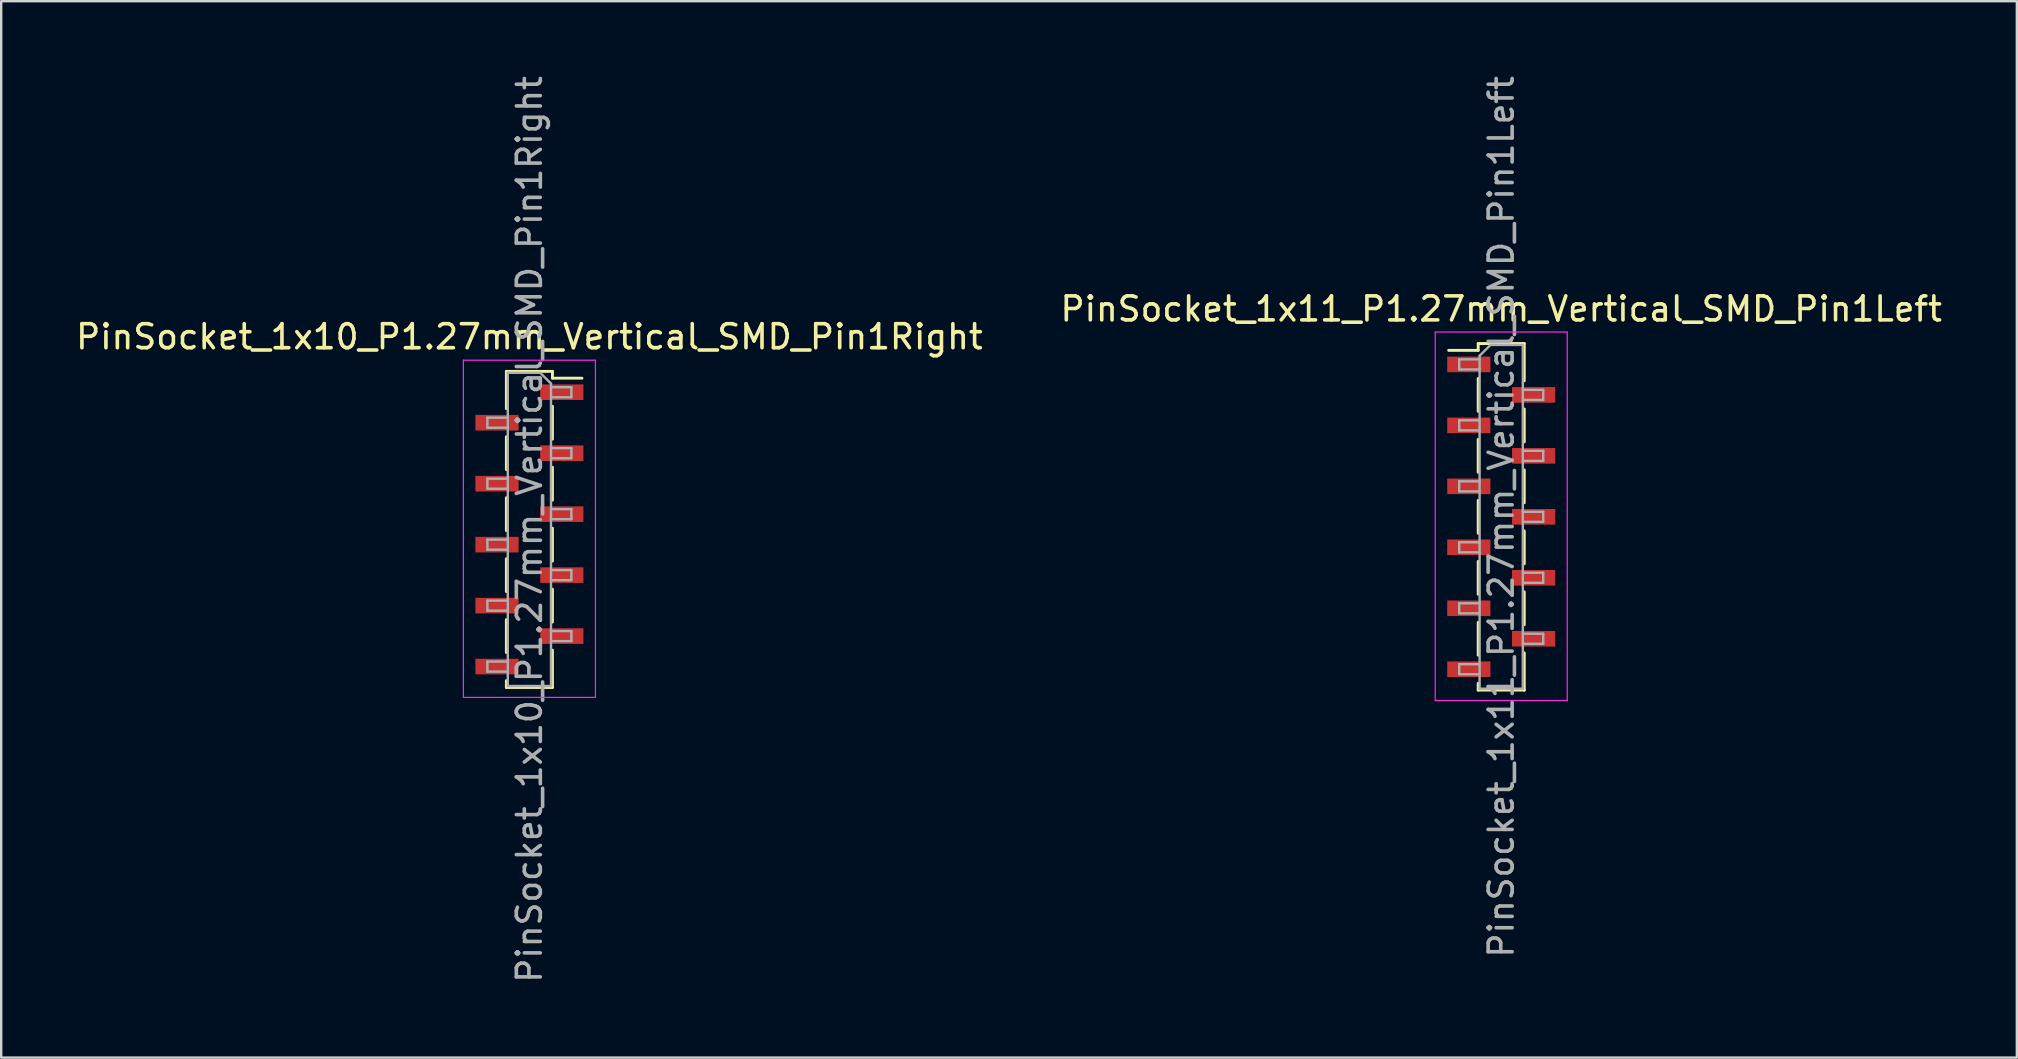
<source format=kicad_pcb>
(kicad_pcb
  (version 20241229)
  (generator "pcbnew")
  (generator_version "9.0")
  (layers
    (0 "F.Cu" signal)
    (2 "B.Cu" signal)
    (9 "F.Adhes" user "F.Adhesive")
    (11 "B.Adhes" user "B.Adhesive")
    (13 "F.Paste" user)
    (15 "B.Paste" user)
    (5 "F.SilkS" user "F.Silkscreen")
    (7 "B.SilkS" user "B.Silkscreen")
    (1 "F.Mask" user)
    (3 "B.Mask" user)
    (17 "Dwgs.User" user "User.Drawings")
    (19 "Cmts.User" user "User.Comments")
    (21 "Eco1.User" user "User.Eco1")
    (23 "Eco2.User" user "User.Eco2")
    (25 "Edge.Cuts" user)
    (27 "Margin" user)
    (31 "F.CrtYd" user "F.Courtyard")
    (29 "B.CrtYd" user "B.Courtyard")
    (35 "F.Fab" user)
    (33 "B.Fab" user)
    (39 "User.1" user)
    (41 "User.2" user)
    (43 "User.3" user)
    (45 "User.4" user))
  (footprint "PinSocket_1x10_P1.27mm_Vertical_SMD_Pin1Right"
    (layer "F.Cu")
    (at 19.006 19.006)
    (property "Reference" "PinSocket_1x10_P1.27mm_Vertical_SMD_Pin1Right" (at 0 -8.025 0) (layer "F.SilkS") (effects (font (size 1 1) (thickness 0.15))))
    (attr smd)
    (fp_line (start -0.96 -6.585) (end -0.96 -5.03) (stroke (width 0.12) (type solid)) (layer "F.SilkS"))
    (fp_line (start -0.96 -6.585) (end 0.96 -6.585) (stroke (width 0.12) (type solid)) (layer "F.SilkS"))
    (fp_line (start -0.96 -3.86) (end -0.96 -2.49) (stroke (width 0.12) (type solid)) (layer "F.SilkS"))
    (fp_line (start -0.96 -1.32) (end -0.96 0.05) (stroke (width 0.12) (type solid)) (layer "F.SilkS"))
    (fp_line (start -0.96 1.22) (end -0.96 2.59) (stroke (width 0.12) (type solid)) (layer "F.SilkS"))
    (fp_line (start -0.96 3.76) (end -0.96 5.13) (stroke (width 0.12) (type solid)) (layer "F.SilkS"))
    (fp_line (start -0.96 6.3) (end -0.96 6.585) (stroke (width 0.12) (type solid)) (layer "F.SilkS"))
    (fp_line (start -0.96 6.585) (end 0.96 6.585) (stroke (width 0.12) (type solid)) (layer "F.SilkS"))
    (fp_line (start 0.96 -6.585) (end 0.96 -6.3) (stroke (width 0.12) (type solid)) (layer "F.SilkS"))
    (fp_line (start 0.96 -6.3) (end 2.19 -6.3) (stroke (width 0.12) (type solid)) (layer "F.SilkS"))
    (fp_line (start 0.96 -5.13) (end 0.96 -3.76) (stroke (width 0.12) (type solid)) (layer "F.SilkS"))
    (fp_line (start 0.96 -2.59) (end 0.96 -1.22) (stroke (width 0.12) (type solid)) (layer "F.SilkS"))
    (fp_line (start 0.96 -0.05) (end 0.96 1.32) (stroke (width 0.12) (type solid)) (layer "F.SilkS"))
    (fp_line (start 0.96 2.49) (end 0.96 3.86) (stroke (width 0.12) (type solid)) (layer "F.SilkS"))
    (fp_line (start 0.96 5.03) (end 0.96 6.585) (stroke (width 0.12) (type solid)) (layer "F.SilkS"))
    (fp_line (start -2.75 -7.05) (end 2.75 -7.05) (stroke (width 0.05) (type solid)) (layer "F.CrtYd"))
    (fp_line (start -2.75 7) (end -2.75 -7.05) (stroke (width 0.05) (type solid)) (layer "F.CrtYd"))
    (fp_line (start 2.75 -7.05) (end 2.75 7) (stroke (width 0.05) (type solid)) (layer "F.CrtYd"))
    (fp_line (start 2.75 7) (end -2.75 7) (stroke (width 0.05) (type solid)) (layer "F.CrtYd"))
    (fp_line (start -1.75 -4.655) (end -0.9 -4.655) (stroke (width 0.1) (type solid)) (layer "F.Fab"))
    (fp_line (start -1.75 -4.235) (end -1.75 -4.655) (stroke (width 0.1) (type solid)) (layer "F.Fab"))
    (fp_line (start -1.75 -2.115) (end -0.9 -2.115) (stroke (width 0.1) (type solid)) (layer "F.Fab"))
    (fp_line (start -1.75 -1.695) (end -1.75 -2.115) (stroke (width 0.1) (type solid)) (layer "F.Fab"))
    (fp_line (start -1.75 0.425) (end -0.9 0.425) (stroke (width 0.1) (type solid)) (layer "F.Fab"))
    (fp_line (start -1.75 0.845) (end -1.75 0.425) (stroke (width 0.1) (type solid)) (layer "F.Fab"))
    (fp_line (start -1.75 2.965) (end -0.9 2.965) (stroke (width 0.1) (type solid)) (layer "F.Fab"))
    (fp_line (start -1.75 3.385) (end -1.75 2.965) (stroke (width 0.1) (type solid)) (layer "F.Fab"))
    (fp_line (start -1.75 5.505) (end -0.9 5.505) (stroke (width 0.1) (type solid)) (layer "F.Fab"))
    (fp_line (start -1.75 5.925) (end -1.75 5.505) (stroke (width 0.1) (type solid)) (layer "F.Fab"))
    (fp_line (start -0.9 -6.525) (end 0.45 -6.525) (stroke (width 0.1) (type solid)) (layer "F.Fab"))
    (fp_line (start -0.9 -4.235) (end -1.75 -4.235) (stroke (width 0.1) (type solid)) (layer "F.Fab"))
    (fp_line (start -0.9 -1.695) (end -1.75 -1.695) (stroke (width 0.1) (type solid)) (layer "F.Fab"))
    (fp_line (start -0.9 0.845) (end -1.75 0.845) (stroke (width 0.1) (type solid)) (layer "F.Fab"))
    (fp_line (start -0.9 3.385) (end -1.75 3.385) (stroke (width 0.1) (type solid)) (layer "F.Fab"))
    (fp_line (start -0.9 5.925) (end -1.75 5.925) (stroke (width 0.1) (type solid)) (layer "F.Fab"))
    (fp_line (start -0.9 6.525) (end -0.9 -6.525) (stroke (width 0.1) (type solid)) (layer "F.Fab"))
    (fp_line (start 0.45 -6.525) (end 0.9 -6.075) (stroke (width 0.1) (type solid)) (layer "F.Fab"))
    (fp_line (start 0.9 -6.075) (end 0.9 6.525) (stroke (width 0.1) (type solid)) (layer "F.Fab"))
    (fp_line (start 0.9 -5.925) (end 1.75 -5.925) (stroke (width 0.1) (type solid)) (layer "F.Fab"))
    (fp_line (start 0.9 -3.385) (end 1.75 -3.385) (stroke (width 0.1) (type solid)) (layer "F.Fab"))
    (fp_line (start 0.9 -0.845) (end 1.75 -0.845) (stroke (width 0.1) (type solid)) (layer "F.Fab"))
    (fp_line (start 0.9 1.695) (end 1.75 1.695) (stroke (width 0.1) (type solid)) (layer "F.Fab"))
    (fp_line (start 0.9 4.235) (end 1.75 4.235) (stroke (width 0.1) (type solid)) (layer "F.Fab"))
    (fp_line (start 0.9 6.525) (end -0.9 6.525) (stroke (width 0.1) (type solid)) (layer "F.Fab"))
    (fp_line (start 1.75 -5.925) (end 1.75 -5.505) (stroke (width 0.1) (type solid)) (layer "F.Fab"))
    (fp_line (start 1.75 -5.505) (end 0.9 -5.505) (stroke (width 0.1) (type solid)) (layer "F.Fab"))
    (fp_line (start 1.75 -3.385) (end 1.75 -2.965) (stroke (width 0.1) (type solid)) (layer "F.Fab"))
    (fp_line (start 1.75 -2.965) (end 0.9 -2.965) (stroke (width 0.1) (type solid)) (layer "F.Fab"))
    (fp_line (start 1.75 -0.845) (end 1.75 -0.425) (stroke (width 0.1) (type solid)) (layer "F.Fab"))
    (fp_line (start 1.75 -0.425) (end 0.9 -0.425) (stroke (width 0.1) (type solid)) (layer "F.Fab"))
    (fp_line (start 1.75 1.695) (end 1.75 2.115) (stroke (width 0.1) (type solid)) (layer "F.Fab"))
    (fp_line (start 1.75 2.115) (end 0.9 2.115) (stroke (width 0.1) (type solid)) (layer "F.Fab"))
    (fp_line (start 1.75 4.235) (end 1.75 4.655) (stroke (width 0.1) (type solid)) (layer "F.Fab"))
    (fp_line (start 1.75 4.655) (end 0.9 4.655) (stroke (width 0.1) (type solid)) (layer "F.Fab"))
    (fp_text user "${REFERENCE}" (at 0 0 90) (layer "F.Fab") (effects (font (size 1 1) (thickness 0.15))))
    (pad "1" smd rect (at 1.35 -5.715) (size 1.8 0.65) (layers "F.Cu" "F.Mask" "F.Paste"))
    (pad "2" smd rect (at -1.35 -4.445) (size 1.8 0.65) (layers "F.Cu" "F.Mask" "F.Paste"))
    (pad "3" smd rect (at 1.35 -3.175) (size 1.8 0.65) (layers "F.Cu" "F.Mask" "F.Paste"))
    (pad "4" smd rect (at -1.35 -1.905) (size 1.8 0.65) (layers "F.Cu" "F.Mask" "F.Paste"))
    (pad "5" smd rect (at 1.35 -0.635) (size 1.8 0.65) (layers "F.Cu" "F.Mask" "F.Paste"))
    (pad "6" smd rect (at -1.35 0.635) (size 1.8 0.65) (layers "F.Cu" "F.Mask" "F.Paste"))
    (pad "7" smd rect (at 1.35 1.905) (size 1.8 0.65) (layers "F.Cu" "F.Mask" "F.Paste"))
    (pad "8" smd rect (at -1.35 3.175) (size 1.8 0.65) (layers "F.Cu" "F.Mask" "F.Paste"))
    (pad "9" smd rect (at 1.35 4.445) (size 1.8 0.65) (layers "F.Cu" "F.Mask" "F.Paste"))
    (pad "10" smd rect (at -1.35 5.715) (size 1.8 0.65) (layers "F.Cu" "F.Mask" "F.Paste")))
  (footprint "PinSocket_1x11_P1.27mm_Vertical_SMD_Pin1Left"
    (layer "F.Cu")
    (at 59.494 18.482)
    (property "Reference" "PinSocket_1x11_P1.27mm_Vertical_SMD_Pin1Left" (at 0 -8.66 0) (layer "F.SilkS") (effects (font (size 1 1) (thickness 0.15))))
    (attr smd)
    (fp_line (start -2.19 -6.935) (end -0.96 -6.935) (stroke (width 0.12) (type solid)) (layer "F.SilkS"))
    (fp_line (start -0.96 -7.22) (end -0.96 -6.935) (stroke (width 0.12) (type solid)) (layer "F.SilkS"))
    (fp_line (start -0.96 -7.22) (end 0.96 -7.22) (stroke (width 0.12) (type solid)) (layer "F.SilkS"))
    (fp_line (start -0.96 -5.765) (end -0.96 -4.395) (stroke (width 0.12) (type solid)) (layer "F.SilkS"))
    (fp_line (start -0.96 -3.225) (end -0.96 -1.855) (stroke (width 0.12) (type solid)) (layer "F.SilkS"))
    (fp_line (start -0.96 -0.685) (end -0.96 0.685) (stroke (width 0.12) (type solid)) (layer "F.SilkS"))
    (fp_line (start -0.96 1.855) (end -0.96 3.225) (stroke (width 0.12) (type solid)) (layer "F.SilkS"))
    (fp_line (start -0.96 4.395) (end -0.96 5.765) (stroke (width 0.12) (type solid)) (layer "F.SilkS"))
    (fp_line (start -0.96 6.935) (end -0.96 7.22) (stroke (width 0.12) (type solid)) (layer "F.SilkS"))
    (fp_line (start -0.96 7.22) (end 0.96 7.22) (stroke (width 0.12) (type solid)) (layer "F.SilkS"))
    (fp_line (start 0.96 -7.22) (end 0.96 -5.665) (stroke (width 0.12) (type solid)) (layer "F.SilkS"))
    (fp_line (start 0.96 -4.495) (end 0.96 -3.125) (stroke (width 0.12) (type solid)) (layer "F.SilkS"))
    (fp_line (start 0.96 -1.955) (end 0.96 -0.585) (stroke (width 0.12) (type solid)) (layer "F.SilkS"))
    (fp_line (start 0.96 0.585) (end 0.96 1.955) (stroke (width 0.12) (type solid)) (layer "F.SilkS"))
    (fp_line (start 0.96 3.125) (end 0.96 4.495) (stroke (width 0.12) (type solid)) (layer "F.SilkS"))
    (fp_line (start 0.96 5.665) (end 0.96 7.22) (stroke (width 0.12) (type solid)) (layer "F.SilkS"))
    (fp_line (start -2.75 -7.7) (end 2.75 -7.7) (stroke (width 0.05) (type solid)) (layer "F.CrtYd"))
    (fp_line (start -2.75 7.65) (end -2.75 -7.7) (stroke (width 0.05) (type solid)) (layer "F.CrtYd"))
    (fp_line (start 2.75 -7.7) (end 2.75 7.65) (stroke (width 0.05) (type solid)) (layer "F.CrtYd"))
    (fp_line (start 2.75 7.65) (end -2.75 7.65) (stroke (width 0.05) (type solid)) (layer "F.CrtYd"))
    (fp_line (start -1.75 -6.56) (end -0.9 -6.56) (stroke (width 0.1) (type solid)) (layer "F.Fab"))
    (fp_line (start -1.75 -6.14) (end -1.75 -6.56) (stroke (width 0.1) (type solid)) (layer "F.Fab"))
    (fp_line (start -1.75 -4.02) (end -0.9 -4.02) (stroke (width 0.1) (type solid)) (layer "F.Fab"))
    (fp_line (start -1.75 -3.6) (end -1.75 -4.02) (stroke (width 0.1) (type solid)) (layer "F.Fab"))
    (fp_line (start -1.75 -1.48) (end -0.9 -1.48) (stroke (width 0.1) (type solid)) (layer "F.Fab"))
    (fp_line (start -1.75 -1.06) (end -1.75 -1.48) (stroke (width 0.1) (type solid)) (layer "F.Fab"))
    (fp_line (start -1.75 1.06) (end -0.9 1.06) (stroke (width 0.1) (type solid)) (layer "F.Fab"))
    (fp_line (start -1.75 1.48) (end -1.75 1.06) (stroke (width 0.1) (type solid)) (layer "F.Fab"))
    (fp_line (start -1.75 3.6) (end -0.9 3.6) (stroke (width 0.1) (type solid)) (layer "F.Fab"))
    (fp_line (start -1.75 4.02) (end -1.75 3.6) (stroke (width 0.1) (type solid)) (layer "F.Fab"))
    (fp_line (start -1.75 6.14) (end -0.9 6.14) (stroke (width 0.1) (type solid)) (layer "F.Fab"))
    (fp_line (start -1.75 6.56) (end -1.75 6.14) (stroke (width 0.1) (type solid)) (layer "F.Fab"))
    (fp_line (start -0.9 -6.71) (end -0.45 -7.16) (stroke (width 0.1) (type solid)) (layer "F.Fab"))
    (fp_line (start -0.9 -6.14) (end -1.75 -6.14) (stroke (width 0.1) (type solid)) (layer "F.Fab"))
    (fp_line (start -0.9 -3.6) (end -1.75 -3.6) (stroke (width 0.1) (type solid)) (layer "F.Fab"))
    (fp_line (start -0.9 -1.06) (end -1.75 -1.06) (stroke (width 0.1) (type solid)) (layer "F.Fab"))
    (fp_line (start -0.9 1.48) (end -1.75 1.48) (stroke (width 0.1) (type solid)) (layer "F.Fab"))
    (fp_line (start -0.9 4.02) (end -1.75 4.02) (stroke (width 0.1) (type solid)) (layer "F.Fab"))
    (fp_line (start -0.9 6.56) (end -1.75 6.56) (stroke (width 0.1) (type solid)) (layer "F.Fab"))
    (fp_line (start -0.9 7.16) (end -0.9 -6.71) (stroke (width 0.1) (type solid)) (layer "F.Fab"))
    (fp_line (start -0.45 -7.16) (end 0.9 -7.16) (stroke (width 0.1) (type solid)) (layer "F.Fab"))
    (fp_line (start 0.9 -7.16) (end 0.9 7.16) (stroke (width 0.1) (type solid)) (layer "F.Fab"))
    (fp_line (start 0.9 -5.29) (end 1.75 -5.29) (stroke (width 0.1) (type solid)) (layer "F.Fab"))
    (fp_line (start 0.9 -2.75) (end 1.75 -2.75) (stroke (width 0.1) (type solid)) (layer "F.Fab"))
    (fp_line (start 0.9 -0.21) (end 1.75 -0.21) (stroke (width 0.1) (type solid)) (layer "F.Fab"))
    (fp_line (start 0.9 2.33) (end 1.75 2.33) (stroke (width 0.1) (type solid)) (layer "F.Fab"))
    (fp_line (start 0.9 4.87) (end 1.75 4.87) (stroke (width 0.1) (type solid)) (layer "F.Fab"))
    (fp_line (start 0.9 7.16) (end -0.9 7.16) (stroke (width 0.1) (type solid)) (layer "F.Fab"))
    (fp_line (start 1.75 -5.29) (end 1.75 -4.87) (stroke (width 0.1) (type solid)) (layer "F.Fab"))
    (fp_line (start 1.75 -4.87) (end 0.9 -4.87) (stroke (width 0.1) (type solid)) (layer "F.Fab"))
    (fp_line (start 1.75 -2.75) (end 1.75 -2.33) (stroke (width 0.1) (type solid)) (layer "F.Fab"))
    (fp_line (start 1.75 -2.33) (end 0.9 -2.33) (stroke (width 0.1) (type solid)) (layer "F.Fab"))
    (fp_line (start 1.75 -0.21) (end 1.75 0.21) (stroke (width 0.1) (type solid)) (layer "F.Fab"))
    (fp_line (start 1.75 0.21) (end 0.9 0.21) (stroke (width 0.1) (type solid)) (layer "F.Fab"))
    (fp_line (start 1.75 2.33) (end 1.75 2.75) (stroke (width 0.1) (type solid)) (layer "F.Fab"))
    (fp_line (start 1.75 2.75) (end 0.9 2.75) (stroke (width 0.1) (type solid)) (layer "F.Fab"))
    (fp_line (start 1.75 4.87) (end 1.75 5.29) (stroke (width 0.1) (type solid)) (layer "F.Fab"))
    (fp_line (start 1.75 5.29) (end 0.9 5.29) (stroke (width 0.1) (type solid)) (layer "F.Fab"))
    (fp_text user "${REFERENCE}" (at 0 0 90) (layer "F.Fab") (effects (font (size 1 1) (thickness 0.15))))
    (pad "1" smd rect (at -1.35 -6.35) (size 1.8 0.65) (layers "F.Cu" "F.Mask" "F.Paste"))
    (pad "2" smd rect (at 1.35 -5.08) (size 1.8 0.65) (layers "F.Cu" "F.Mask" "F.Paste"))
    (pad "3" smd rect (at -1.35 -3.81) (size 1.8 0.65) (layers "F.Cu" "F.Mask" "F.Paste"))
    (pad "4" smd rect (at 1.35 -2.54) (size 1.8 0.65) (layers "F.Cu" "F.Mask" "F.Paste"))
    (pad "5" smd rect (at -1.35 -1.27) (size 1.8 0.65) (layers "F.Cu" "F.Mask" "F.Paste"))
    (pad "6" smd rect (at 1.35 0) (size 1.8 0.65) (layers "F.Cu" "F.Mask" "F.Paste"))
    (pad "7" smd rect (at -1.35 1.27) (size 1.8 0.65) (layers "F.Cu" "F.Mask" "F.Paste"))
    (pad "8" smd rect (at 1.35 2.54) (size 1.8 0.65) (layers "F.Cu" "F.Mask" "F.Paste"))
    (pad "9" smd rect (at -1.35 3.81) (size 1.8 0.65) (layers "F.Cu" "F.Mask" "F.Paste"))
    (pad "10" smd rect (at 1.35 5.08) (size 1.8 0.65) (layers "F.Cu" "F.Mask" "F.Paste"))
    (pad "11" smd rect (at -1.35 6.35) (size 1.8 0.65) (layers "F.Cu" "F.Mask" "F.Paste")))
  (gr_rect
    (start -3 -3)
    (end 80.976 41.012)
    (stroke (width 0.1) (type default))
    (fill no)
    (layer "Edge.Cuts")))
</source>
